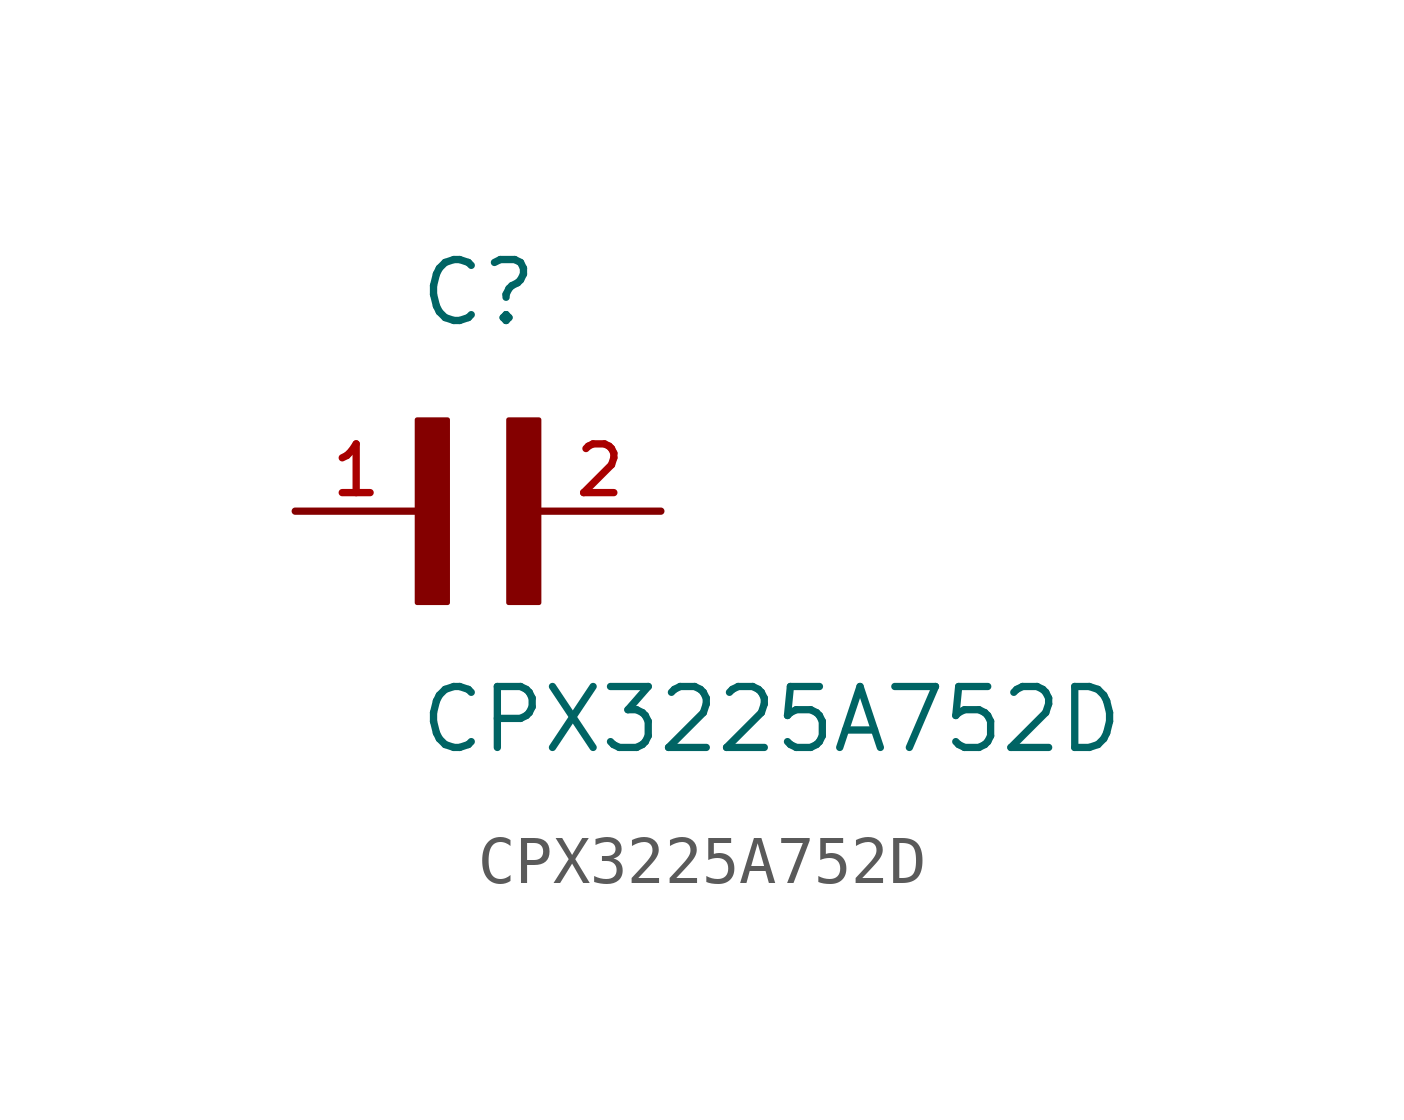
<source format=kicad_sym>
(kicad_symbol_lib
  (version 20211014)
  (generator kicad_symbol_editor)
  (symbol "CPX3225A752D"
    (pin_names
      (offset 1.016))
    (property "Reference" "C"
      (at 0.0 3.811 0)
      (effects (font (size 1.27 1.27)) (justify bottom left)))
    (property "Value" "CPX3225A752D"
      (at 0.0 -5.088 0)
      (effects (font (size 1.27 1.27)) (justify bottom left)))
    (symbol "CPX3225A752D_0_0"
      (rectangle (start 0.0 -1.907) (end 0.635 1.905) (stroke (width 0.1)) (fill (type outline)))
      (rectangle (start 1.907 -1.907) (end 2.54 1.905) (stroke (width 0.1)) (fill (type outline)))
      (pin passive line (at 5.08 0.0 180.0) (length 2.54) (name "~" (effects (font (size 1.016 1.016)))) (number "2" (effects (font (size 1.016 1.016)))))
      (pin passive line (at -2.54 0.0 0) (length 2.54) (name "~" (effects (font (size 1.016 1.016)))) (number "1" (effects (font (size 1.016 1.016))))))))
</source>
